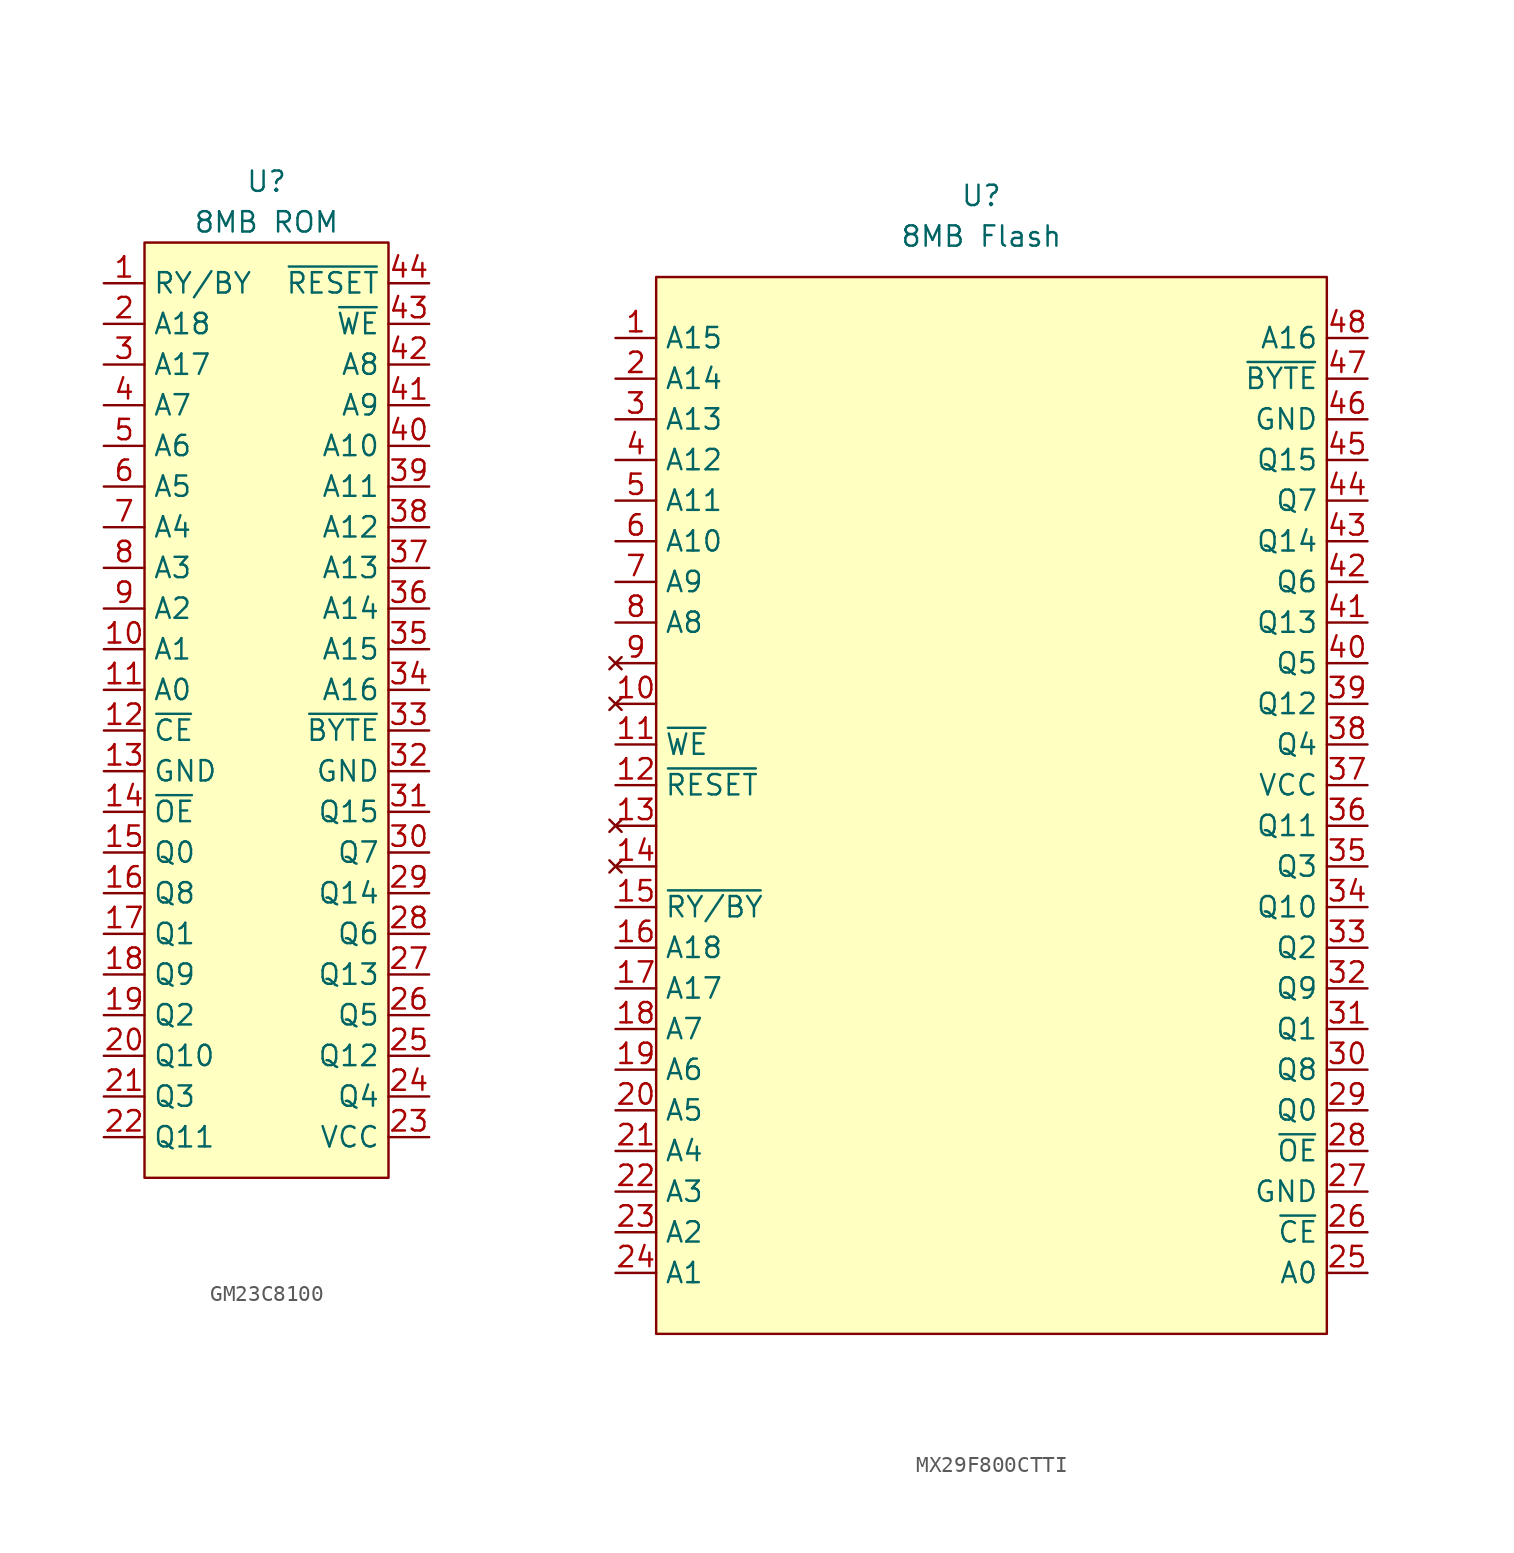
<source format=kicad_sym>
(kicad_symbol_lib
  (version 20220914)
  (generator kicad_symbol_editor)
  (symbol "GM23C8100"
    (property "Reference" "U"
      (at 7.62 2.54 0)
      (effects (font (size 1.27 1.27))))
    (property "Value" "8MB ROM"
      (at 7.62 0 0)
      (effects (font (size 1.27 1.27))))
    (symbol "GM23C8100_1_1"
      (rectangle (start 0 -1.27) (end 15.24 -59.69) (stroke (width 0) (type default)) (fill (type background)))
      (pin input line (at -2.54 -3.81 0) (length 2.54) (name "RY/BY" (effects (font (size 1.27 1.27)))) (number "1" (effects (font (size 1.27 1.27)))))
      (pin input line (at -2.54 -26.67 0) (length 2.54) (name "A1" (effects (font (size 1.27 1.27)))) (number "10" (effects (font (size 1.27 1.27)))))
      (pin input line (at -2.54 -29.21 0) (length 2.54) (name "A0" (effects (font (size 1.27 1.27)))) (number "11" (effects (font (size 1.27 1.27)))))
      (pin input line (at -2.54 -31.75 0) (length 2.54) (name "~{CE}" (effects (font (size 1.27 1.27)))) (number "12" (effects (font (size 1.27 1.27)))))
      (pin input line (at -2.54 -34.29 0) (length 2.54) (name "GND" (effects (font (size 1.27 1.27)))) (number "13" (effects (font (size 1.27 1.27)))))
      (pin input line (at -2.54 -36.83 0) (length 2.54) (name "~{OE}" (effects (font (size 1.27 1.27)))) (number "14" (effects (font (size 1.27 1.27)))))
      (pin input line (at -2.54 -39.37 0) (length 2.54) (name "Q0" (effects (font (size 1.27 1.27)))) (number "15" (effects (font (size 1.27 1.27)))))
      (pin input line (at -2.54 -41.91 0) (length 2.54) (name "Q8" (effects (font (size 1.27 1.27)))) (number "16" (effects (font (size 1.27 1.27)))))
      (pin input line (at -2.54 -44.45 0) (length 2.54) (name "Q1" (effects (font (size 1.27 1.27)))) (number "17" (effects (font (size 1.27 1.27)))))
      (pin input line (at -2.54 -46.99 0) (length 2.54) (name "Q9" (effects (font (size 1.27 1.27)))) (number "18" (effects (font (size 1.27 1.27)))))
      (pin input line (at -2.54 -49.53 0) (length 2.54) (name "Q2" (effects (font (size 1.27 1.27)))) (number "19" (effects (font (size 1.27 1.27)))))
      (pin input line (at -2.54 -6.35 0) (length 2.54) (name "A18" (effects (font (size 1.27 1.27)))) (number "2" (effects (font (size 1.27 1.27)))))
      (pin input line (at -2.54 -52.07 0) (length 2.54) (name "Q10" (effects (font (size 1.27 1.27)))) (number "20" (effects (font (size 1.27 1.27)))))
      (pin input line (at -2.54 -54.61 0) (length 2.54) (name "Q3" (effects (font (size 1.27 1.27)))) (number "21" (effects (font (size 1.27 1.27)))))
      (pin input line (at -2.54 -57.15 0) (length 2.54) (name "Q11" (effects (font (size 1.27 1.27)))) (number "22" (effects (font (size 1.27 1.27)))))
      (pin input line (at 17.78 -57.15 180) (length 2.54) (name "VCC" (effects (font (size 1.27 1.27)))) (number "23" (effects (font (size 1.27 1.27)))))
      (pin input line (at 17.78 -54.61 180) (length 2.54) (name "Q4" (effects (font (size 1.27 1.27)))) (number "24" (effects (font (size 1.27 1.27)))))
      (pin input line (at 17.78 -52.07 180) (length 2.54) (name "Q12" (effects (font (size 1.27 1.27)))) (number "25" (effects (font (size 1.27 1.27)))))
      (pin input line (at 17.78 -49.53 180) (length 2.54) (name "Q5" (effects (font (size 1.27 1.27)))) (number "26" (effects (font (size 1.27 1.27)))))
      (pin input line (at 17.78 -46.99 180) (length 2.54) (name "Q13" (effects (font (size 1.27 1.27)))) (number "27" (effects (font (size 1.27 1.27)))))
      (pin input line (at 17.78 -44.45 180) (length 2.54) (name "Q6" (effects (font (size 1.27 1.27)))) (number "28" (effects (font (size 1.27 1.27)))))
      (pin input line (at 17.78 -41.91 180) (length 2.54) (name "Q14" (effects (font (size 1.27 1.27)))) (number "29" (effects (font (size 1.27 1.27)))))
      (pin input line (at -2.54 -8.89 0) (length 2.54) (name "A17" (effects (font (size 1.27 1.27)))) (number "3" (effects (font (size 1.27 1.27)))))
      (pin input line (at 17.78 -39.37 180) (length 2.54) (name "Q7" (effects (font (size 1.27 1.27)))) (number "30" (effects (font (size 1.27 1.27)))))
      (pin input line (at 17.78 -36.83 180) (length 2.54) (name "Q15" (effects (font (size 1.27 1.27)))) (number "31" (effects (font (size 1.27 1.27)))))
      (pin input line (at 17.78 -34.29 180) (length 2.54) (name "GND" (effects (font (size 1.27 1.27)))) (number "32" (effects (font (size 1.27 1.27)))))
      (pin input line (at 17.78 -31.75 180) (length 2.54) (name "~{BYTE}" (effects (font (size 1.27 1.27)))) (number "33" (effects (font (size 1.27 1.27)))))
      (pin input line (at 17.78 -29.21 180) (length 2.54) (name "A16" (effects (font (size 1.27 1.27)))) (number "34" (effects (font (size 1.27 1.27)))))
      (pin input line (at 17.78 -26.67 180) (length 2.54) (name "A15" (effects (font (size 1.27 1.27)))) (number "35" (effects (font (size 1.27 1.27)))))
      (pin input line (at 17.78 -24.13 180) (length 2.54) (name "A14" (effects (font (size 1.27 1.27)))) (number "36" (effects (font (size 1.27 1.27)))))
      (pin input line (at 17.78 -21.59 180) (length 2.54) (name "A13" (effects (font (size 1.27 1.27)))) (number "37" (effects (font (size 1.27 1.27)))))
      (pin input line (at 17.78 -19.05 180) (length 2.54) (name "A12" (effects (font (size 1.27 1.27)))) (number "38" (effects (font (size 1.27 1.27)))))
      (pin input line (at 17.78 -16.51 180) (length 2.54) (name "A11" (effects (font (size 1.27 1.27)))) (number "39" (effects (font (size 1.27 1.27)))))
      (pin input line (at -2.54 -11.43 0) (length 2.54) (name "A7" (effects (font (size 1.27 1.27)))) (number "4" (effects (font (size 1.27 1.27)))))
      (pin input line (at 17.78 -13.97 180) (length 2.54) (name "A10" (effects (font (size 1.27 1.27)))) (number "40" (effects (font (size 1.27 1.27)))))
      (pin input line (at 17.78 -11.43 180) (length 2.54) (name "A9" (effects (font (size 1.27 1.27)))) (number "41" (effects (font (size 1.27 1.27)))))
      (pin input line (at 17.78 -8.89 180) (length 2.54) (name "A8" (effects (font (size 1.27 1.27)))) (number "42" (effects (font (size 1.27 1.27)))))
      (pin input line (at 17.78 -6.35 180) (length 2.54) (name "~{WE}" (effects (font (size 1.27 1.27)))) (number "43" (effects (font (size 1.27 1.27)))))
      (pin input line (at 17.78 -3.81 180) (length 2.54) (name "~{RESET}" (effects (font (size 1.27 1.27)))) (number "44" (effects (font (size 1.27 1.27)))))
      (pin input line (at -2.54 -13.97 0) (length 2.54) (name "A6" (effects (font (size 1.27 1.27)))) (number "5" (effects (font (size 1.27 1.27)))))
      (pin input line (at -2.54 -16.51 0) (length 2.54) (name "A5" (effects (font (size 1.27 1.27)))) (number "6" (effects (font (size 1.27 1.27)))))
      (pin input line (at -2.54 -19.05 0) (length 2.54) (name "A4" (effects (font (size 1.27 1.27)))) (number "7" (effects (font (size 1.27 1.27)))))
      (pin input line (at -2.54 -21.59 0) (length 2.54) (name "A3" (effects (font (size 1.27 1.27)))) (number "8" (effects (font (size 1.27 1.27)))))
      (pin input line (at -2.54 -24.13 0) (length 2.54) (name "A2" (effects (font (size 1.27 1.27)))) (number "9" (effects (font (size 1.27 1.27)))))))
  (symbol "MX29F800CTTI"
    (property "Reference" "U"
      (at 22.86 0 0)
      (effects (font (size 1.27 1.27))))
    (property "Value" "8MB Flash"
      (at 22.86 -2.54 0)
      (effects (font (size 1.27 1.27))))
    (symbol "MX29F800CTTI_1_1"
      (rectangle (start 2.54 -5.08) (end 44.45 -71.12) (stroke (width 0) (type default)) (fill (type background)))
      (pin passive line (at 0 -8.89 0) (length 2.54) (name "A15" (effects (font (size 1.27 1.27)))) (number "1" (effects (font (size 1.27 1.27)))))
      (pin no_connect line (at 0 -31.75 0) (length 2.54) (name "" (effects (font (size 1.27 1.27)))) (number "10" (effects (font (size 1.27 1.27)))))
      (pin passive line (at 0 -34.29 0) (length 2.54) (name "~{WE}" (effects (font (size 1.27 1.27)))) (number "11" (effects (font (size 1.27 1.27)))))
      (pin passive line (at 0 -36.83 0) (length 2.54) (name "~{RESET}" (effects (font (size 1.27 1.27)))) (number "12" (effects (font (size 1.27 1.27)))))
      (pin no_connect line (at 0 -39.37 0) (length 2.54) (name "" (effects (font (size 1.27 1.27)))) (number "13" (effects (font (size 1.27 1.27)))))
      (pin no_connect line (at 0 -41.91 0) (length 2.54) (name "" (effects (font (size 1.27 1.27)))) (number "14" (effects (font (size 1.27 1.27)))))
      (pin passive line (at 0 -44.45 0) (length 2.54) (name "~{RY/BY}" (effects (font (size 1.27 1.27)))) (number "15" (effects (font (size 1.27 1.27)))))
      (pin passive line (at 0 -46.99 0) (length 2.54) (name "A18" (effects (font (size 1.27 1.27)))) (number "16" (effects (font (size 1.27 1.27)))))
      (pin passive line (at 0 -49.53 0) (length 2.54) (name "A17" (effects (font (size 1.27 1.27)))) (number "17" (effects (font (size 1.27 1.27)))))
      (pin passive line (at 0 -52.07 0) (length 2.54) (name "A7" (effects (font (size 1.27 1.27)))) (number "18" (effects (font (size 1.27 1.27)))))
      (pin passive line (at 0 -54.61 0) (length 2.54) (name "A6" (effects (font (size 1.27 1.27)))) (number "19" (effects (font (size 1.27 1.27)))))
      (pin passive line (at 0 -11.43 0) (length 2.54) (name "A14" (effects (font (size 1.27 1.27)))) (number "2" (effects (font (size 1.27 1.27)))))
      (pin passive line (at 0 -57.15 0) (length 2.54) (name "A5" (effects (font (size 1.27 1.27)))) (number "20" (effects (font (size 1.27 1.27)))))
      (pin passive line (at 0 -59.69 0) (length 2.54) (name "A4" (effects (font (size 1.27 1.27)))) (number "21" (effects (font (size 1.27 1.27)))))
      (pin passive line (at 0 -62.23 0) (length 2.54) (name "A3" (effects (font (size 1.27 1.27)))) (number "22" (effects (font (size 1.27 1.27)))))
      (pin passive line (at 0 -64.77 0) (length 2.54) (name "A2" (effects (font (size 1.27 1.27)))) (number "23" (effects (font (size 1.27 1.27)))))
      (pin passive line (at 0 -67.31 0) (length 2.54) (name "A1" (effects (font (size 1.27 1.27)))) (number "24" (effects (font (size 1.27 1.27)))))
      (pin passive line (at 46.99 -67.31 180) (length 2.54) (name "A0" (effects (font (size 1.27 1.27)))) (number "25" (effects (font (size 1.27 1.27)))))
      (pin passive line (at 46.99 -64.77 180) (length 2.54) (name "~{CE}" (effects (font (size 1.27 1.27)))) (number "26" (effects (font (size 1.27 1.27)))))
      (pin passive line (at 46.99 -62.23 180) (length 2.54) (name "GND" (effects (font (size 1.27 1.27)))) (number "27" (effects (font (size 1.27 1.27)))))
      (pin passive line (at 46.99 -59.69 180) (length 2.54) (name "~{OE}" (effects (font (size 1.27 1.27)))) (number "28" (effects (font (size 1.27 1.27)))))
      (pin passive line (at 46.99 -57.15 180) (length 2.54) (name "Q0" (effects (font (size 1.27 1.27)))) (number "29" (effects (font (size 1.27 1.27)))))
      (pin passive line (at 0 -13.97 0) (length 2.54) (name "A13" (effects (font (size 1.27 1.27)))) (number "3" (effects (font (size 1.27 1.27)))))
      (pin passive line (at 46.99 -54.61 180) (length 2.54) (name "Q8" (effects (font (size 1.27 1.27)))) (number "30" (effects (font (size 1.27 1.27)))))
      (pin passive line (at 46.99 -52.07 180) (length 2.54) (name "Q1" (effects (font (size 1.27 1.27)))) (number "31" (effects (font (size 1.27 1.27)))))
      (pin passive line (at 46.99 -49.53 180) (length 2.54) (name "Q9" (effects (font (size 1.27 1.27)))) (number "32" (effects (font (size 1.27 1.27)))))
      (pin passive line (at 46.99 -46.99 180) (length 2.54) (name "Q2" (effects (font (size 1.27 1.27)))) (number "33" (effects (font (size 1.27 1.27)))))
      (pin passive line (at 46.99 -44.45 180) (length 2.54) (name "Q10" (effects (font (size 1.27 1.27)))) (number "34" (effects (font (size 1.27 1.27)))))
      (pin passive line (at 46.99 -41.91 180) (length 2.54) (name "Q3" (effects (font (size 1.27 1.27)))) (number "35" (effects (font (size 1.27 1.27)))))
      (pin passive line (at 46.99 -39.37 180) (length 2.54) (name "Q11" (effects (font (size 1.27 1.27)))) (number "36" (effects (font (size 1.27 1.27)))))
      (pin passive line (at 46.99 -36.83 180) (length 2.54) (name "VCC" (effects (font (size 1.27 1.27)))) (number "37" (effects (font (size 1.27 1.27)))))
      (pin passive line (at 46.99 -34.29 180) (length 2.54) (name "Q4" (effects (font (size 1.27 1.27)))) (number "38" (effects (font (size 1.27 1.27)))))
      (pin passive line (at 46.99 -31.75 180) (length 2.54) (name "Q12" (effects (font (size 1.27 1.27)))) (number "39" (effects (font (size 1.27 1.27)))))
      (pin passive line (at 0 -16.51 0) (length 2.54) (name "A12" (effects (font (size 1.27 1.27)))) (number "4" (effects (font (size 1.27 1.27)))))
      (pin passive line (at 46.99 -29.21 180) (length 2.54) (name "Q5" (effects (font (size 1.27 1.27)))) (number "40" (effects (font (size 1.27 1.27)))))
      (pin passive line (at 46.99 -26.67 180) (length 2.54) (name "Q13" (effects (font (size 1.27 1.27)))) (number "41" (effects (font (size 1.27 1.27)))))
      (pin passive line (at 46.99 -24.13 180) (length 2.54) (name "Q6" (effects (font (size 1.27 1.27)))) (number "42" (effects (font (size 1.27 1.27)))))
      (pin passive line (at 46.99 -21.59 180) (length 2.54) (name "Q14" (effects (font (size 1.27 1.27)))) (number "43" (effects (font (size 1.27 1.27)))))
      (pin passive line (at 46.99 -19.05 180) (length 2.54) (name "Q7" (effects (font (size 1.27 1.27)))) (number "44" (effects (font (size 1.27 1.27)))))
      (pin passive line (at 46.99 -16.51 180) (length 2.54) (name "Q15" (effects (font (size 1.27 1.27)))) (number "45" (effects (font (size 1.27 1.27)))))
      (pin passive line (at 46.99 -13.97 180) (length 2.54) (name "GND" (effects (font (size 1.27 1.27)))) (number "46" (effects (font (size 1.27 1.27)))))
      (pin passive line (at 46.99 -11.43 180) (length 2.54) (name "~{BYTE}" (effects (font (size 1.27 1.27)))) (number "47" (effects (font (size 1.27 1.27)))))
      (pin passive line (at 46.99 -8.89 180) (length 2.54) (name "A16" (effects (font (size 1.27 1.27)))) (number "48" (effects (font (size 1.27 1.27)))))
      (pin passive line (at 0 -19.05 0) (length 2.54) (name "A11" (effects (font (size 1.27 1.27)))) (number "5" (effects (font (size 1.27 1.27)))))
      (pin passive line (at 0 -21.59 0) (length 2.54) (name "A10" (effects (font (size 1.27 1.27)))) (number "6" (effects (font (size 1.27 1.27)))))
      (pin passive line (at 0 -24.13 0) (length 2.54) (name "A9" (effects (font (size 1.27 1.27)))) (number "7" (effects (font (size 1.27 1.27)))))
      (pin passive line (at 0 -26.67 0) (length 2.54) (name "A8" (effects (font (size 1.27 1.27)))) (number "8" (effects (font (size 1.27 1.27)))))
      (pin no_connect line (at 0 -29.21 0) (length 2.54) (name "" (effects (font (size 1.27 1.27)))) (number "9" (effects (font (size 1.27 1.27))))))))
</source>
